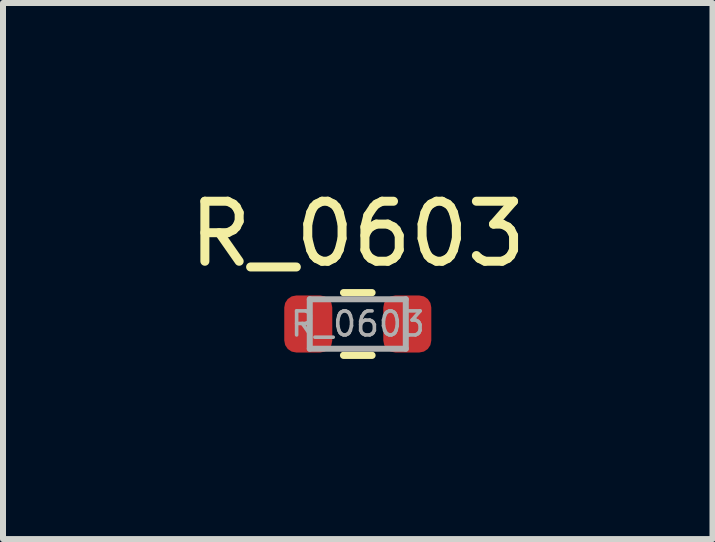
<source format=kicad_pcb>
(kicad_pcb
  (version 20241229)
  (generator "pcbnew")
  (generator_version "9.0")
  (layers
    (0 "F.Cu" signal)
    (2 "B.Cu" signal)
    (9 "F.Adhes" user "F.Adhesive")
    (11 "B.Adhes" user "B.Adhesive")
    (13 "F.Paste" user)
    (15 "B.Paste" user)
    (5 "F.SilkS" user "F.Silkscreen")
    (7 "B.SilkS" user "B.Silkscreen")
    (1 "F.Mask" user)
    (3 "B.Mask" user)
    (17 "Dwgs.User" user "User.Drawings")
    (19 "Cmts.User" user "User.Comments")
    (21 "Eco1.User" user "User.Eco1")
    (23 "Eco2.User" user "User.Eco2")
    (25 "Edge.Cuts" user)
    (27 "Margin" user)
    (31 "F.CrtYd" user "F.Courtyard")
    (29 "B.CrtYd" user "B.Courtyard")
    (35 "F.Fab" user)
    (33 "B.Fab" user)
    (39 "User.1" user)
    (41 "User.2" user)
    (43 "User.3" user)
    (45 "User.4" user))
  (footprint "R_0603"
    (layer "F.Cu")
    (at 2.911 2.348)
    (property "Reference" "R_0603" (at 0 -1.5 0) (layer "F.SilkS") (effects (font (size 1 1) (thickness 0.15))))
    (attr smd)
    (fp_line (start -0.237 -0.522) (end 0.237 -0.522) (stroke (width 0.12) (type solid)) (layer "F.SilkS"))
    (fp_line (start -0.237 0.522) (end 0.237 0.522) (stroke (width 0.12) (type solid)) (layer "F.SilkS"))
    (fp_line (start -0.8 -0.412) (end 0.8 -0.412) (stroke (width 0.1) (type solid)) (layer "F.Fab"))
    (fp_line (start -0.8 0.412) (end -0.8 -0.412) (stroke (width 0.1) (type solid)) (layer "F.Fab"))
    (fp_line (start 0.8 -0.412) (end 0.8 0.412) (stroke (width 0.1) (type solid)) (layer "F.Fab"))
    (fp_line (start 0.8 0.412) (end -0.8 0.412) (stroke (width 0.1) (type solid)) (layer "F.Fab"))
    (fp_text user "${REFERENCE}" (at 0 0 0) (layer "F.Fab") (effects (font (size 0.4 0.4) (thickness 0.06))))
    (pad "1" smd roundrect (at -0.825 0) (size 0.8 0.95) (layers "F.Cu" "F.Mask" "F.Paste") (roundrect_rratio 0.25))
    (pad "2" smd roundrect (at 0.825 0) (size 0.8 0.95) (layers "F.Cu" "F.Mask" "F.Paste") (roundrect_rratio 0.25)))
  (gr_rect
    (start -3 -3)
    (end 8.821 5.931)
    (stroke (width 0.1) (type default))
    (fill no)
    (layer "Edge.Cuts")))
</source>
